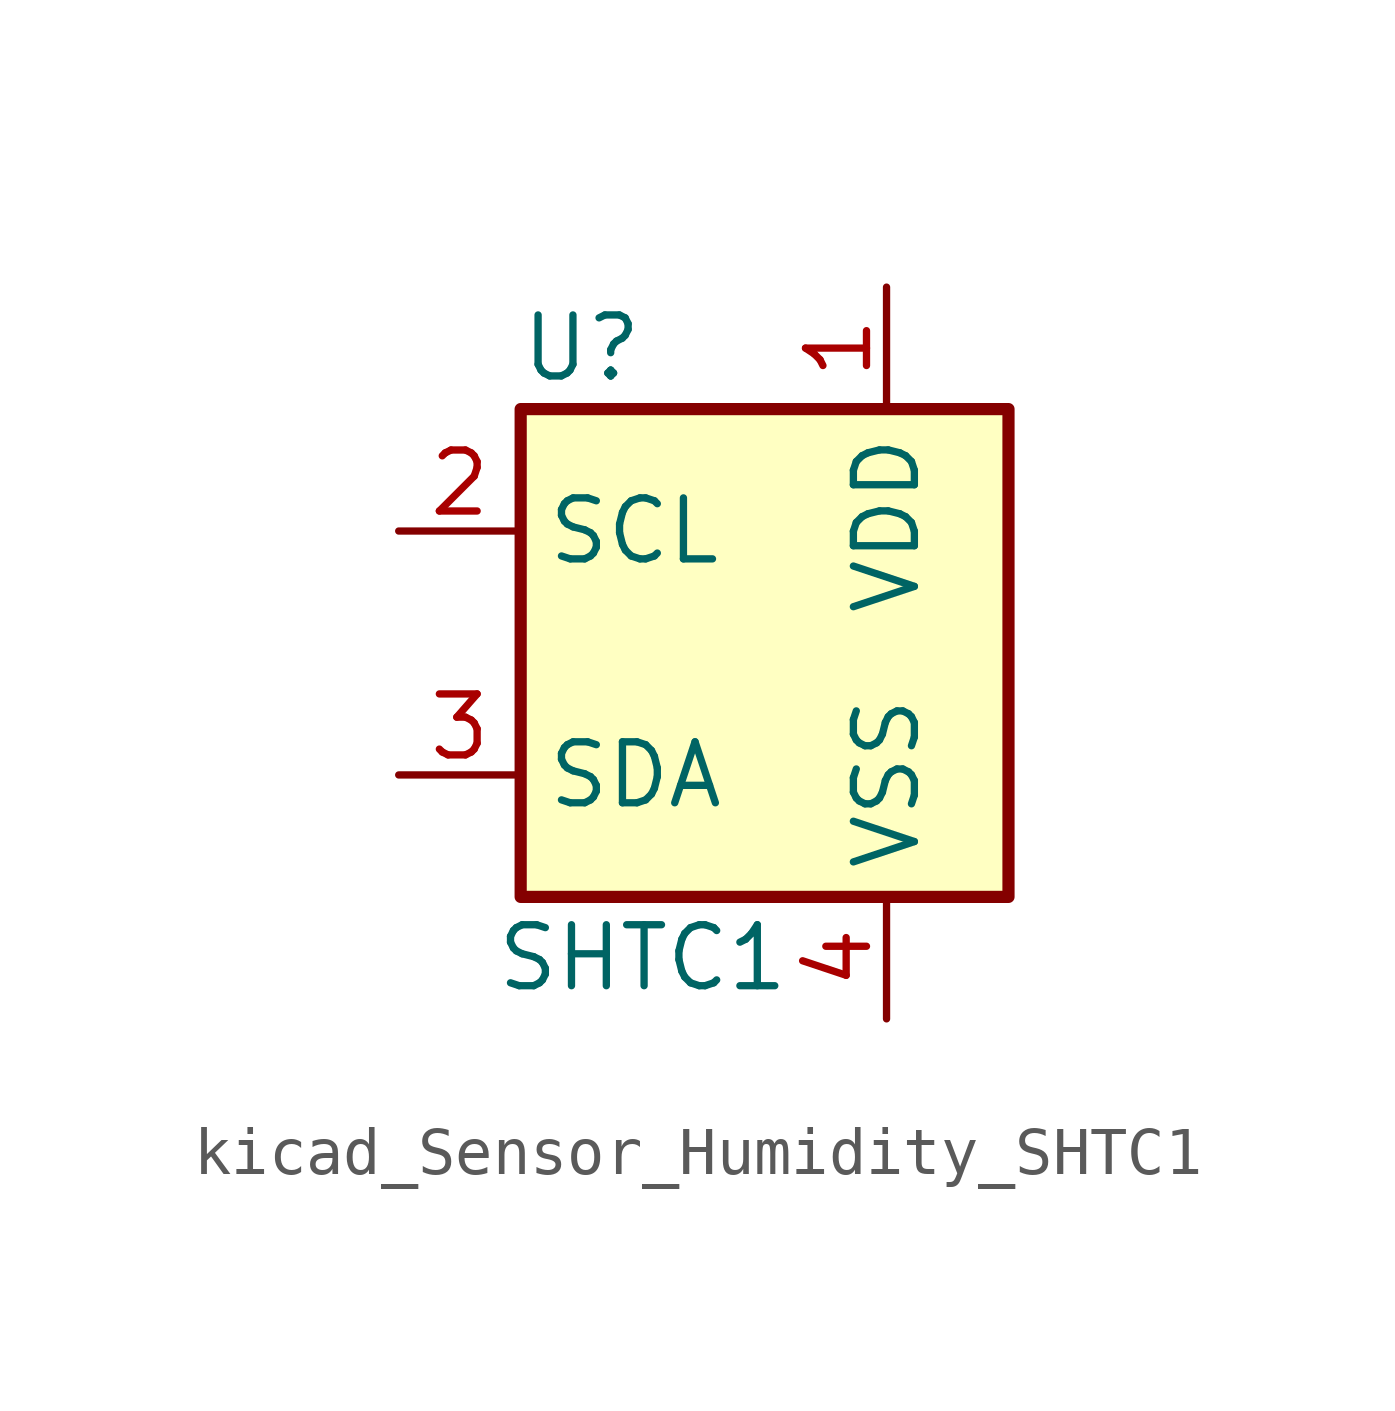
<source format=kicad_sym>
(kicad_symbol_lib
  (version 20220914)
  (generator kicad_symbol_editor)
  (symbol "kicad_Sensor_Humidity_SHTC1"
    (property "Reference" "U"
      (at -3.81 6.35 0)
      (effects (font (size 1.27 1.27))))
    (property "Value" "SHTC1"
      (at -2.54 -6.35 0)
      (effects (font (size 1.27 1.27))))
    (symbol "kicad_Sensor_Humidity_SHTC1_1_1"
      (rectangle (start -5.08 5.08) (end 5.08 -5.08) (stroke (width 0.254) (type default)) (fill (type background)))
      (pin power_in line (at 2.54 7.62 270) (length 2.54) (name "VDD" (effects (font (size 1.27 1.27)))) (number "1" (effects (font (size 1.27 1.27)))))
      (pin input line (at -7.62 2.54 0) (length 2.54) (name "SCL" (effects (font (size 1.27 1.27)))) (number "2" (effects (font (size 1.27 1.27)))))
      (pin bidirectional line (at -7.62 -2.54 0) (length 2.54) (name "SDA" (effects (font (size 1.27 1.27)))) (number "3" (effects (font (size 1.27 1.27)))))
      (pin power_in line (at 2.54 -7.62 90) (length 2.54) (name "VSS" (effects (font (size 1.27 1.27)))) (number "4" (effects (font (size 1.27 1.27)))))
      (pin no_connect line (at 5.08 0 180) (length 2.54) hide (name "NC" (effects (font (size 1.27 1.27)))) (number "5" (effects (font (size 1.27 1.27))))))))
</source>
